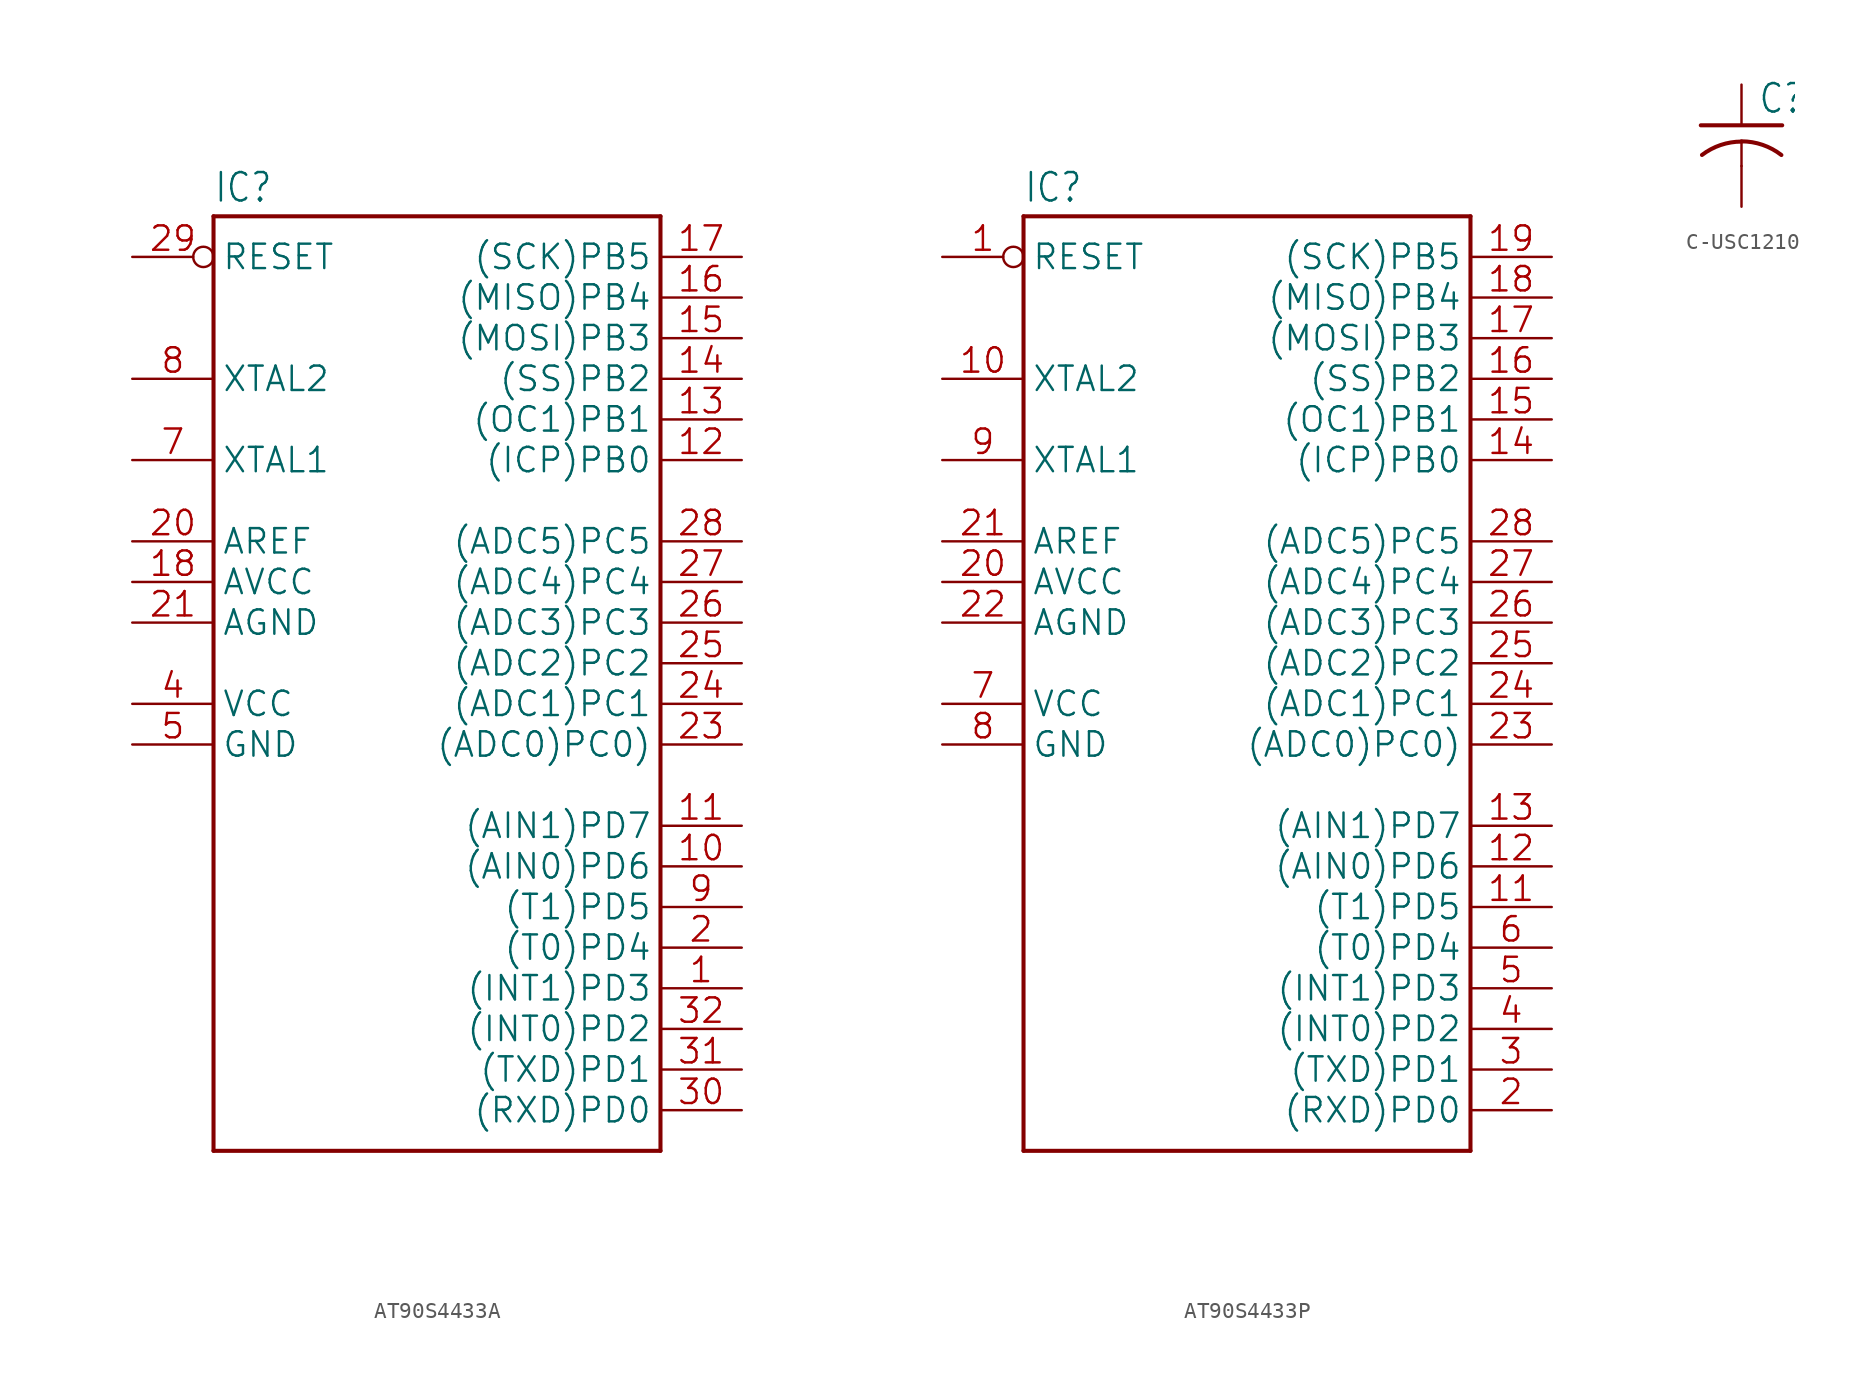
<source format=kicad_sym>
(kicad_symbol_lib
  (version 20241209)
  (generator "kicad_symbol_editor")
  (generator_version "9.0")
  (symbol "AT90S4433A"
    (property "Reference" "IC"
      (at -15.24 28.702 0)
      (effects (font (size 1.778 1.511)) (justify left bottom)))
    (property "Value" ""
      (at -15.24 -33.02 0)
      (effects (font (size 1.778 1.511)) (justify left bottom)))
    (property "ki_locked" ""
      (at 0 0 0)
      (effects (font (size 1.27 1.27))))
    (symbol "AT90S4433A_1_0"
      (polyline (pts (xy -15.24 27.94) (xy 12.7 27.94)) (stroke (width 0.254) (type solid)) (fill (type none)))
      (polyline (pts (xy -15.24 -30.48) (xy -15.24 27.94)) (stroke (width 0.254) (type solid)) (fill (type none)))
      (polyline (pts (xy 12.7 27.94) (xy 12.7 -30.48)) (stroke (width 0.254) (type solid)) (fill (type none)))
      (polyline (pts (xy 12.7 -30.48) (xy -15.24 -30.48)) (stroke (width 0.254) (type solid)) (fill (type none)))
      (pin input inverted (at -20.32 25.4 0) (length 5.08) (name "RESET" (effects (font (size 1.524 1.524)))) (number "29" (effects (font (size 1.524 1.524)))))
      (pin bidirectional line (at -20.32 17.78 0) (length 5.08) (name "XTAL2" (effects (font (size 1.524 1.524)))) (number "8" (effects (font (size 1.524 1.524)))))
      (pin bidirectional line (at -20.32 12.7 0) (length 5.08) (name "XTAL1" (effects (font (size 1.524 1.524)))) (number "7" (effects (font (size 1.524 1.524)))))
      (pin passive line (at -20.32 7.62 0) (length 5.08) (name "AREF" (effects (font (size 1.524 1.524)))) (number "20" (effects (font (size 1.524 1.524)))))
      (pin power_in line (at -20.32 5.08 0) (length 5.08) (name "AVCC" (effects (font (size 1.524 1.524)))) (number "18" (effects (font (size 1.524 1.524)))))
      (pin power_in line (at -20.32 2.54 0) (length 5.08) (name "AGND" (effects (font (size 1.524 1.524)))) (number "21" (effects (font (size 1.524 1.524)))))
      (pin power_in line (at -20.32 -2.54 0) (length 5.08) (name "VCC" (effects (font (size 1.524 1.524)))) (number "4" (effects (font (size 1.524 1.524)))))
      (pin power_in line (at -20.32 -5.08 0) (length 5.08) (name "GND" (effects (font (size 1.524 1.524)))) (number "5" (effects (font (size 1.524 1.524)))))
      (pin bidirectional line (at 17.78 25.4 180) (length 5.08) (name "(SCK)PB5" (effects (font (size 1.524 1.524)))) (number "17" (effects (font (size 1.524 1.524)))))
      (pin bidirectional line (at 17.78 22.86 180) (length 5.08) (name "(MISO)PB4" (effects (font (size 1.524 1.524)))) (number "16" (effects (font (size 1.524 1.524)))))
      (pin bidirectional line (at 17.78 20.32 180) (length 5.08) (name "(MOSI)PB3" (effects (font (size 1.524 1.524)))) (number "15" (effects (font (size 1.524 1.524)))))
      (pin bidirectional line (at 17.78 17.78 180) (length 5.08) (name "(SS)PB2" (effects (font (size 1.524 1.524)))) (number "14" (effects (font (size 1.524 1.524)))))
      (pin bidirectional line (at 17.78 15.24 180) (length 5.08) (name "(OC1)PB1" (effects (font (size 1.524 1.524)))) (number "13" (effects (font (size 1.524 1.524)))))
      (pin bidirectional line (at 17.78 12.7 180) (length 5.08) (name "(ICP)PB0" (effects (font (size 1.524 1.524)))) (number "12" (effects (font (size 1.524 1.524)))))
      (pin bidirectional line (at 17.78 7.62 180) (length 5.08) (name "(ADC5)PC5" (effects (font (size 1.524 1.524)))) (number "28" (effects (font (size 1.524 1.524)))))
      (pin bidirectional line (at 17.78 5.08 180) (length 5.08) (name "(ADC4)PC4" (effects (font (size 1.524 1.524)))) (number "27" (effects (font (size 1.524 1.524)))))
      (pin bidirectional line (at 17.78 2.54 180) (length 5.08) (name "(ADC3)PC3" (effects (font (size 1.524 1.524)))) (number "26" (effects (font (size 1.524 1.524)))))
      (pin bidirectional line (at 17.78 0 180) (length 5.08) (name "(ADC2)PC2" (effects (font (size 1.524 1.524)))) (number "25" (effects (font (size 1.524 1.524)))))
      (pin bidirectional line (at 17.78 -2.54 180) (length 5.08) (name "(ADC1)PC1" (effects (font (size 1.524 1.524)))) (number "24" (effects (font (size 1.524 1.524)))))
      (pin bidirectional line (at 17.78 -5.08 180) (length 5.08) (name "(ADC0)PC0)" (effects (font (size 1.524 1.524)))) (number "23" (effects (font (size 1.524 1.524)))))
      (pin bidirectional line (at 17.78 -10.16 180) (length 5.08) (name "(AIN1)PD7" (effects (font (size 1.524 1.524)))) (number "11" (effects (font (size 1.524 1.524)))))
      (pin bidirectional line (at 17.78 -12.7 180) (length 5.08) (name "(AIN0)PD6" (effects (font (size 1.524 1.524)))) (number "10" (effects (font (size 1.524 1.524)))))
      (pin bidirectional line (at 17.78 -15.24 180) (length 5.08) (name "(T1)PD5" (effects (font (size 1.524 1.524)))) (number "9" (effects (font (size 1.524 1.524)))))
      (pin bidirectional line (at 17.78 -17.78 180) (length 5.08) (name "(T0)PD4" (effects (font (size 1.524 1.524)))) (number "2" (effects (font (size 1.524 1.524)))))
      (pin bidirectional line (at 17.78 -20.32 180) (length 5.08) (name "(INT1)PD3" (effects (font (size 1.524 1.524)))) (number "1" (effects (font (size 1.524 1.524)))))
      (pin bidirectional line (at 17.78 -22.86 180) (length 5.08) (name "(INT0)PD2" (effects (font (size 1.524 1.524)))) (number "32" (effects (font (size 1.524 1.524)))))
      (pin bidirectional line (at 17.78 -25.4 180) (length 5.08) (name "(TXD)PD1" (effects (font (size 1.524 1.524)))) (number "31" (effects (font (size 1.524 1.524)))))
      (pin bidirectional line (at 17.78 -27.94 180) (length 5.08) (name "(RXD)PD0" (effects (font (size 1.524 1.524)))) (number "30" (effects (font (size 1.524 1.524)))))))
  (symbol "AT90S4433P"
    (property "Reference" "IC"
      (at -15.24 28.702 0)
      (effects (font (size 1.778 1.511)) (justify left bottom)))
    (property "Value" ""
      (at -15.24 -33.02 0)
      (effects (font (size 1.778 1.511)) (justify left bottom)))
    (property "ki_locked" ""
      (at 0 0 0)
      (effects (font (size 1.27 1.27))))
    (symbol "AT90S4433P_1_0"
      (polyline (pts (xy -15.24 27.94) (xy 12.7 27.94)) (stroke (width 0.254) (type solid)) (fill (type none)))
      (polyline (pts (xy -15.24 -30.48) (xy -15.24 27.94)) (stroke (width 0.254) (type solid)) (fill (type none)))
      (polyline (pts (xy 12.7 27.94) (xy 12.7 -30.48)) (stroke (width 0.254) (type solid)) (fill (type none)))
      (polyline (pts (xy 12.7 -30.48) (xy -15.24 -30.48)) (stroke (width 0.254) (type solid)) (fill (type none)))
      (pin input inverted (at -20.32 25.4 0) (length 5.08) (name "RESET" (effects (font (size 1.524 1.524)))) (number "1" (effects (font (size 1.524 1.524)))))
      (pin bidirectional line (at -20.32 17.78 0) (length 5.08) (name "XTAL2" (effects (font (size 1.524 1.524)))) (number "10" (effects (font (size 1.524 1.524)))))
      (pin bidirectional line (at -20.32 12.7 0) (length 5.08) (name "XTAL1" (effects (font (size 1.524 1.524)))) (number "9" (effects (font (size 1.524 1.524)))))
      (pin passive line (at -20.32 7.62 0) (length 5.08) (name "AREF" (effects (font (size 1.524 1.524)))) (number "21" (effects (font (size 1.524 1.524)))))
      (pin power_in line (at -20.32 5.08 0) (length 5.08) (name "AVCC" (effects (font (size 1.524 1.524)))) (number "20" (effects (font (size 1.524 1.524)))))
      (pin power_in line (at -20.32 2.54 0) (length 5.08) (name "AGND" (effects (font (size 1.524 1.524)))) (number "22" (effects (font (size 1.524 1.524)))))
      (pin power_in line (at -20.32 -2.54 0) (length 5.08) (name "VCC" (effects (font (size 1.524 1.524)))) (number "7" (effects (font (size 1.524 1.524)))))
      (pin power_in line (at -20.32 -5.08 0) (length 5.08) (name "GND" (effects (font (size 1.524 1.524)))) (number "8" (effects (font (size 1.524 1.524)))))
      (pin bidirectional line (at 17.78 25.4 180) (length 5.08) (name "(SCK)PB5" (effects (font (size 1.524 1.524)))) (number "19" (effects (font (size 1.524 1.524)))))
      (pin bidirectional line (at 17.78 22.86 180) (length 5.08) (name "(MISO)PB4" (effects (font (size 1.524 1.524)))) (number "18" (effects (font (size 1.524 1.524)))))
      (pin bidirectional line (at 17.78 20.32 180) (length 5.08) (name "(MOSI)PB3" (effects (font (size 1.524 1.524)))) (number "17" (effects (font (size 1.524 1.524)))))
      (pin bidirectional line (at 17.78 17.78 180) (length 5.08) (name "(SS)PB2" (effects (font (size 1.524 1.524)))) (number "16" (effects (font (size 1.524 1.524)))))
      (pin bidirectional line (at 17.78 15.24 180) (length 5.08) (name "(OC1)PB1" (effects (font (size 1.524 1.524)))) (number "15" (effects (font (size 1.524 1.524)))))
      (pin bidirectional line (at 17.78 12.7 180) (length 5.08) (name "(ICP)PB0" (effects (font (size 1.524 1.524)))) (number "14" (effects (font (size 1.524 1.524)))))
      (pin bidirectional line (at 17.78 7.62 180) (length 5.08) (name "(ADC5)PC5" (effects (font (size 1.524 1.524)))) (number "28" (effects (font (size 1.524 1.524)))))
      (pin bidirectional line (at 17.78 5.08 180) (length 5.08) (name "(ADC4)PC4" (effects (font (size 1.524 1.524)))) (number "27" (effects (font (size 1.524 1.524)))))
      (pin bidirectional line (at 17.78 2.54 180) (length 5.08) (name "(ADC3)PC3" (effects (font (size 1.524 1.524)))) (number "26" (effects (font (size 1.524 1.524)))))
      (pin bidirectional line (at 17.78 0 180) (length 5.08) (name "(ADC2)PC2" (effects (font (size 1.524 1.524)))) (number "25" (effects (font (size 1.524 1.524)))))
      (pin bidirectional line (at 17.78 -2.54 180) (length 5.08) (name "(ADC1)PC1" (effects (font (size 1.524 1.524)))) (number "24" (effects (font (size 1.524 1.524)))))
      (pin bidirectional line (at 17.78 -5.08 180) (length 5.08) (name "(ADC0)PC0)" (effects (font (size 1.524 1.524)))) (number "23" (effects (font (size 1.524 1.524)))))
      (pin bidirectional line (at 17.78 -10.16 180) (length 5.08) (name "(AIN1)PD7" (effects (font (size 1.524 1.524)))) (number "13" (effects (font (size 1.524 1.524)))))
      (pin bidirectional line (at 17.78 -12.7 180) (length 5.08) (name "(AIN0)PD6" (effects (font (size 1.524 1.524)))) (number "12" (effects (font (size 1.524 1.524)))))
      (pin bidirectional line (at 17.78 -15.24 180) (length 5.08) (name "(T1)PD5" (effects (font (size 1.524 1.524)))) (number "11" (effects (font (size 1.524 1.524)))))
      (pin bidirectional line (at 17.78 -17.78 180) (length 5.08) (name "(T0)PD4" (effects (font (size 1.524 1.524)))) (number "6" (effects (font (size 1.524 1.524)))))
      (pin bidirectional line (at 17.78 -20.32 180) (length 5.08) (name "(INT1)PD3" (effects (font (size 1.524 1.524)))) (number "5" (effects (font (size 1.524 1.524)))))
      (pin bidirectional line (at 17.78 -22.86 180) (length 5.08) (name "(INT0)PD2" (effects (font (size 1.524 1.524)))) (number "4" (effects (font (size 1.524 1.524)))))
      (pin bidirectional line (at 17.78 -25.4 180) (length 5.08) (name "(TXD)PD1" (effects (font (size 1.524 1.524)))) (number "3" (effects (font (size 1.524 1.524)))))
      (pin bidirectional line (at 17.78 -27.94 180) (length 5.08) (name "(RXD)PD0" (effects (font (size 1.524 1.524)))) (number "2" (effects (font (size 1.524 1.524)))))))
  (symbol "C-USC1210"
    (property "Reference" "C"
      (at 1.016 0.635 0)
      (effects (font (size 1.778 1.511)) (justify left bottom)))
    (property "Value" ""
      (at 1.016 -4.191 0)
      (effects (font (size 1.778 1.511)) (justify left bottom)))
    (property "ki_locked" ""
      (at 0 0 0)
      (effects (font (size 1.27 1.27))))
    (symbol "C-USC1210_1_0"
      (polyline (pts (xy -2.54 0) (xy 2.54 0)) (stroke (width 0.254) (type solid)) (fill (type none)))
      (polyline (pts (xy 0 -1.016) (xy 0 -2.54)) (stroke (width 0.152) (type solid)) (fill (type none)))
      (arc (start 0 -1) (mid 1.3158 -1.2195) (end 2.4892 -1.8541) (stroke (width 0.254) (type solid)) (fill (type none)))
      (arc (start -2.4668 -1.8504) (mid -1.302 -1.2303) (end 0 -1.0161) (stroke (width 0.254) (type solid)) (fill (type none)))
      (pin passive line (at 0 2.54 270) (length 2.54) (name "1" (effects (font (size 0 0)))) (number "1" (effects (font (size 0 0)))))
      (pin passive line (at 0 -5.08 90) (length 2.54) (name "2" (effects (font (size 0 0)))) (number "2" (effects (font (size 0 0))))))))
</source>
